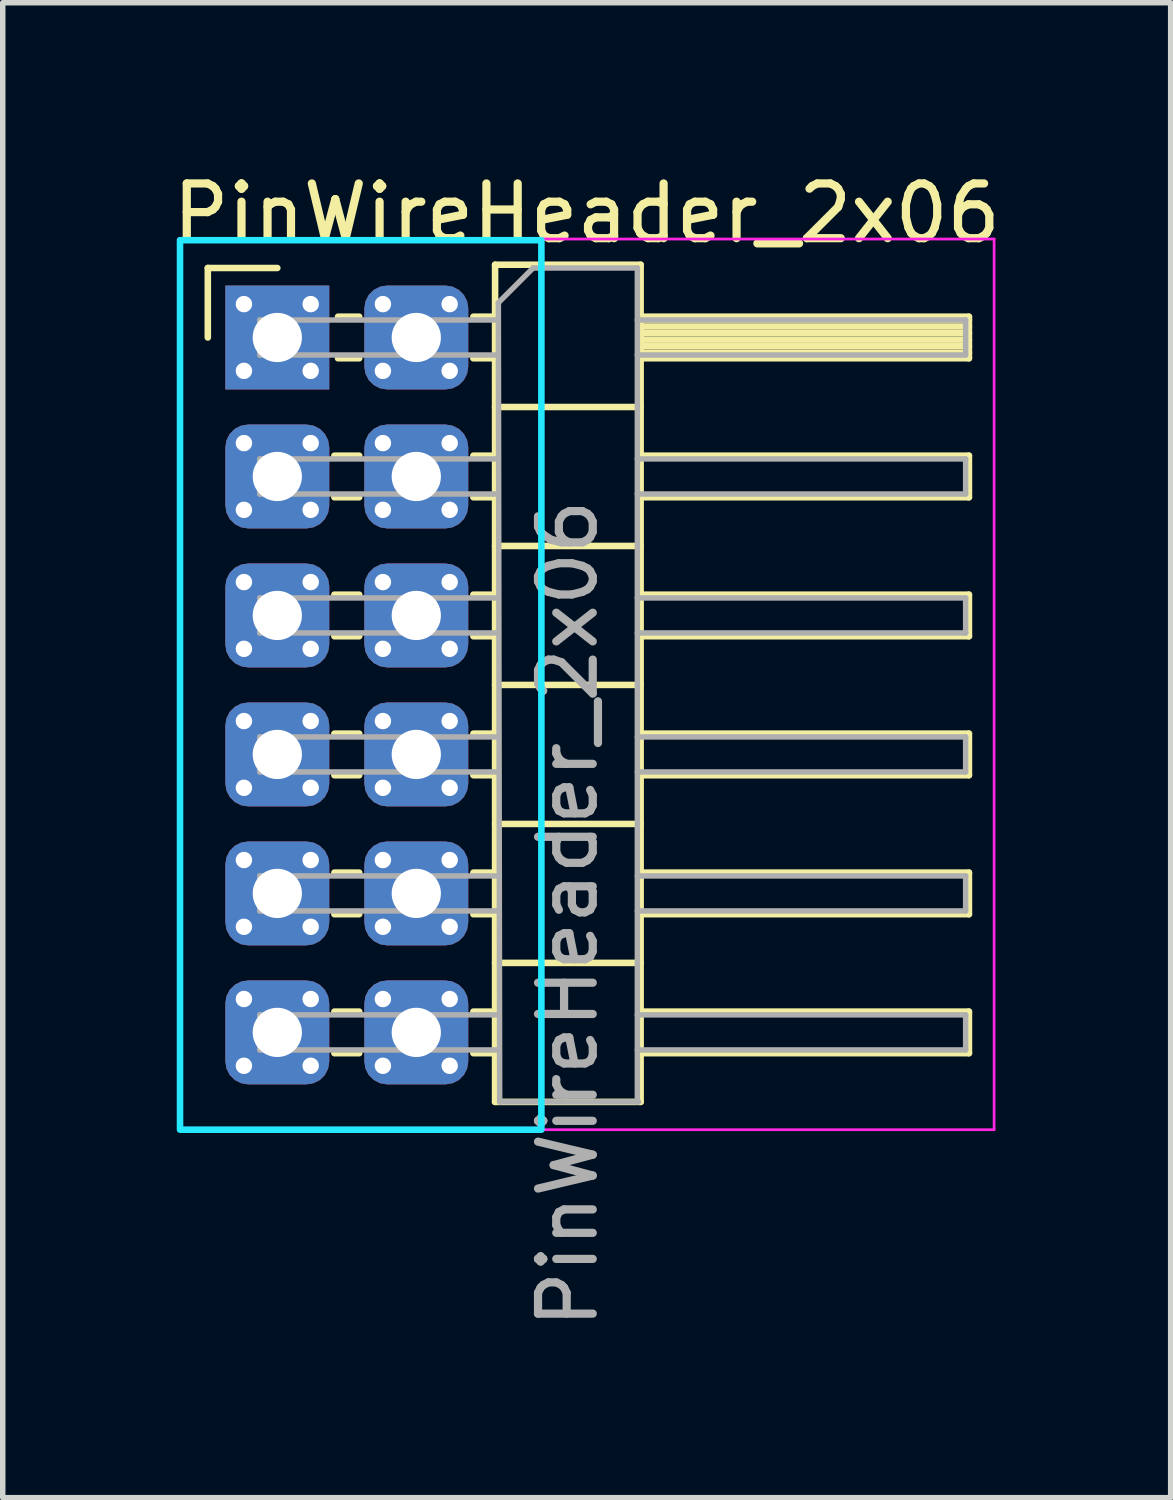
<source format=kicad_pcb>
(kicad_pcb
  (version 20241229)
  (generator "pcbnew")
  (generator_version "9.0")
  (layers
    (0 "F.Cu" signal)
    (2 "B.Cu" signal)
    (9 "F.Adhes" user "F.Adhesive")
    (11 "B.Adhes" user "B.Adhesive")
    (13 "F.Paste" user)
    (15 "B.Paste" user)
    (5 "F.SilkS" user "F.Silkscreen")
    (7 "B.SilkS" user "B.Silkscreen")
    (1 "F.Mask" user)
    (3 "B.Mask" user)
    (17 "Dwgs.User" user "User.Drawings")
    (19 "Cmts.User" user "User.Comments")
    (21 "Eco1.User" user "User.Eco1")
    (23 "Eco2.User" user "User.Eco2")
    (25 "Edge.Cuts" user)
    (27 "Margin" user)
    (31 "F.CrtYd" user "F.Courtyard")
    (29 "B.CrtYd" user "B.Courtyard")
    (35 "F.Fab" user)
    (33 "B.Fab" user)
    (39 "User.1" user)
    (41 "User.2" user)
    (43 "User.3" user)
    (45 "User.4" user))
  (footprint "PinWireHeader_2x06"
    (layer "F.Cu")
    (at 2.018 3.118)
    (property "Reference" "PinWireHeader_2x06" (at 5.655 -2.27 180) (layer "F.SilkS") (effects (font (size 1 1) (thickness 0.15))))
    (attr through_hole)
    (fp_circle (center 0 0) (end 0.457 0) (stroke (width 0.15) (type solid)) (fill yes) (layer "F.Mask"))
    (fp_circle (center 0 2.54) (end 0.457 2.54) (stroke (width 0.15) (type solid)) (fill yes) (layer "F.Mask"))
    (fp_circle (center 0 5.08) (end 0.457 5.08) (stroke (width 0.15) (type solid)) (fill yes) (layer "F.Mask"))
    (fp_circle (center 0 7.62) (end 0.457 7.62) (stroke (width 0.15) (type solid)) (fill yes) (layer "F.Mask"))
    (fp_circle (center 0 10.16) (end 0.457 10.16) (stroke (width 0.15) (type solid)) (fill yes) (layer "F.Mask"))
    (fp_circle (center 0 12.7) (end 0.457 12.7) (stroke (width 0.15) (type solid)) (fill yes) (layer "F.Mask"))
    (fp_circle (center 2.54 0) (end 2.997 0) (stroke (width 0.15) (type solid)) (fill yes) (layer "F.Mask"))
    (fp_circle (center 2.54 2.54) (end 2.997 2.54) (stroke (width 0.15) (type solid)) (fill yes) (layer "F.Mask"))
    (fp_circle (center 2.54 5.08) (end 2.997 5.08) (stroke (width 0.15) (type solid)) (fill yes) (layer "F.Mask"))
    (fp_circle (center 2.54 7.62) (end 2.997 7.62) (stroke (width 0.15) (type solid)) (fill yes) (layer "F.Mask"))
    (fp_circle (center 2.54 10.16) (end 2.997 10.16) (stroke (width 0.15) (type solid)) (fill yes) (layer "F.Mask"))
    (fp_circle (center 2.54 12.7) (end 2.997 12.7) (stroke (width 0.15) (type solid)) (fill yes) (layer "F.Mask"))
    (fp_line (start -1.27 -1.27) (end 0 -1.27) (stroke (width 0.12) (type solid)) (layer "F.SilkS"))
    (fp_line (start -1.27 0) (end -1.27 -1.27) (stroke (width 0.12) (type solid)) (layer "F.SilkS"))
    (fp_line (start 1.043 2.16) (end 1.497 2.16) (stroke (width 0.12) (type solid)) (layer "F.SilkS"))
    (fp_line (start 1.043 2.92) (end 1.497 2.92) (stroke (width 0.12) (type solid)) (layer "F.SilkS"))
    (fp_line (start 1.043 4.7) (end 1.497 4.7) (stroke (width 0.12) (type solid)) (layer "F.SilkS"))
    (fp_line (start 1.043 5.46) (end 1.497 5.46) (stroke (width 0.12) (type solid)) (layer "F.SilkS"))
    (fp_line (start 1.043 7.24) (end 1.497 7.24) (stroke (width 0.12) (type solid)) (layer "F.SilkS"))
    (fp_line (start 1.043 8) (end 1.497 8) (stroke (width 0.12) (type solid)) (layer "F.SilkS"))
    (fp_line (start 1.043 9.78) (end 1.497 9.78) (stroke (width 0.12) (type solid)) (layer "F.SilkS"))
    (fp_line (start 1.043 10.54) (end 1.497 10.54) (stroke (width 0.12) (type solid)) (layer "F.SilkS"))
    (fp_line (start 1.043 12.32) (end 1.497 12.32) (stroke (width 0.12) (type solid)) (layer "F.SilkS"))
    (fp_line (start 1.043 13.08) (end 1.497 13.08) (stroke (width 0.12) (type solid)) (layer "F.SilkS"))
    (fp_line (start 1.11 -0.38) (end 1.497 -0.38) (stroke (width 0.12) (type solid)) (layer "F.SilkS"))
    (fp_line (start 1.11 0.38) (end 1.497 0.38) (stroke (width 0.12) (type solid)) (layer "F.SilkS"))
    (fp_line (start 3.583 -0.38) (end 3.98 -0.38) (stroke (width 0.12) (type solid)) (layer "F.SilkS"))
    (fp_line (start 3.583 0.38) (end 3.98 0.38) (stroke (width 0.12) (type solid)) (layer "F.SilkS"))
    (fp_line (start 3.583 2.16) (end 3.98 2.16) (stroke (width 0.12) (type solid)) (layer "F.SilkS"))
    (fp_line (start 3.583 2.92) (end 3.98 2.92) (stroke (width 0.12) (type solid)) (layer "F.SilkS"))
    (fp_line (start 3.583 4.7) (end 3.98 4.7) (stroke (width 0.12) (type solid)) (layer "F.SilkS"))
    (fp_line (start 3.583 5.46) (end 3.98 5.46) (stroke (width 0.12) (type solid)) (layer "F.SilkS"))
    (fp_line (start 3.583 7.24) (end 3.98 7.24) (stroke (width 0.12) (type solid)) (layer "F.SilkS"))
    (fp_line (start 3.583 8) (end 3.98 8) (stroke (width 0.12) (type solid)) (layer "F.SilkS"))
    (fp_line (start 3.583 9.78) (end 3.98 9.78) (stroke (width 0.12) (type solid)) (layer "F.SilkS"))
    (fp_line (start 3.583 10.54) (end 3.98 10.54) (stroke (width 0.12) (type solid)) (layer "F.SilkS"))
    (fp_line (start 3.583 12.32) (end 3.98 12.32) (stroke (width 0.12) (type solid)) (layer "F.SilkS"))
    (fp_line (start 3.583 13.08) (end 3.98 13.08) (stroke (width 0.12) (type solid)) (layer "F.SilkS"))
    (fp_line (start 3.98 -1.33) (end 3.98 13.97) (stroke (width 0.12) (type solid)) (layer "F.SilkS"))
    (fp_line (start 3.98 1.27) (end 6.64 1.27) (stroke (width 0.12) (type solid)) (layer "F.SilkS"))
    (fp_line (start 3.98 3.81) (end 6.64 3.81) (stroke (width 0.12) (type solid)) (layer "F.SilkS"))
    (fp_line (start 3.98 6.35) (end 6.64 6.35) (stroke (width 0.12) (type solid)) (layer "F.SilkS"))
    (fp_line (start 3.98 8.89) (end 6.64 8.89) (stroke (width 0.12) (type solid)) (layer "F.SilkS"))
    (fp_line (start 3.98 11.43) (end 6.64 11.43) (stroke (width 0.12) (type solid)) (layer "F.SilkS"))
    (fp_line (start 3.98 13.97) (end 6.64 13.97) (stroke (width 0.12) (type solid)) (layer "F.SilkS"))
    (fp_line (start 6.64 -1.33) (end 3.98 -1.33) (stroke (width 0.12) (type solid)) (layer "F.SilkS"))
    (fp_line (start 6.64 -0.38) (end 12.64 -0.38) (stroke (width 0.12) (type solid)) (layer "F.SilkS"))
    (fp_line (start 6.64 -0.32) (end 12.64 -0.32) (stroke (width 0.12) (type solid)) (layer "F.SilkS"))
    (fp_line (start 6.64 -0.2) (end 12.64 -0.2) (stroke (width 0.12) (type solid)) (layer "F.SilkS"))
    (fp_line (start 6.64 -0.08) (end 12.64 -0.08) (stroke (width 0.12) (type solid)) (layer "F.SilkS"))
    (fp_line (start 6.64 0.04) (end 12.64 0.04) (stroke (width 0.12) (type solid)) (layer "F.SilkS"))
    (fp_line (start 6.64 0.16) (end 12.64 0.16) (stroke (width 0.12) (type solid)) (layer "F.SilkS"))
    (fp_line (start 6.64 0.28) (end 12.64 0.28) (stroke (width 0.12) (type solid)) (layer "F.SilkS"))
    (fp_line (start 6.64 2.16) (end 12.64 2.16) (stroke (width 0.12) (type solid)) (layer "F.SilkS"))
    (fp_line (start 6.64 4.7) (end 12.64 4.7) (stroke (width 0.12) (type solid)) (layer "F.SilkS"))
    (fp_line (start 6.64 7.24) (end 12.64 7.24) (stroke (width 0.12) (type solid)) (layer "F.SilkS"))
    (fp_line (start 6.64 9.78) (end 12.64 9.78) (stroke (width 0.12) (type solid)) (layer "F.SilkS"))
    (fp_line (start 6.64 12.32) (end 12.64 12.32) (stroke (width 0.12) (type solid)) (layer "F.SilkS"))
    (fp_line (start 6.64 13.97) (end 6.64 -1.33) (stroke (width 0.12) (type solid)) (layer "F.SilkS"))
    (fp_line (start 12.64 -0.38) (end 12.64 0.38) (stroke (width 0.12) (type solid)) (layer "F.SilkS"))
    (fp_line (start 12.64 0.38) (end 6.64 0.38) (stroke (width 0.12) (type solid)) (layer "F.SilkS"))
    (fp_line (start 12.64 2.16) (end 12.64 2.92) (stroke (width 0.12) (type solid)) (layer "F.SilkS"))
    (fp_line (start 12.64 2.92) (end 6.64 2.92) (stroke (width 0.12) (type solid)) (layer "F.SilkS"))
    (fp_line (start 12.64 4.7) (end 12.64 5.46) (stroke (width 0.12) (type solid)) (layer "F.SilkS"))
    (fp_line (start 12.64 5.46) (end 6.64 5.46) (stroke (width 0.12) (type solid)) (layer "F.SilkS"))
    (fp_line (start 12.64 7.24) (end 12.64 8) (stroke (width 0.12) (type solid)) (layer "F.SilkS"))
    (fp_line (start 12.64 8) (end 6.64 8) (stroke (width 0.12) (type solid)) (layer "F.SilkS"))
    (fp_line (start 12.64 9.78) (end 12.64 10.54) (stroke (width 0.12) (type solid)) (layer "F.SilkS"))
    (fp_line (start 12.64 10.54) (end 6.64 10.54) (stroke (width 0.12) (type solid)) (layer "F.SilkS"))
    (fp_line (start 12.64 12.32) (end 12.64 13.08) (stroke (width 0.12) (type solid)) (layer "F.SilkS"))
    (fp_line (start 12.64 13.08) (end 6.64 13.08) (stroke (width 0.12) (type solid)) (layer "F.SilkS"))
    (fp_rect (start -1.778 -1.778) (end 4.826 14.478) (stroke (width 0.12) (type solid)) (fill no) (layer "B.CrtYd"))
    (fp_line (start -1.8 -1.8) (end -1.8 14.478) (stroke (width 0.05) (type solid)) (layer "F.CrtYd"))
    (fp_line (start -1.8 14.478) (end 13.1 14.478) (stroke (width 0.05) (type solid)) (layer "F.CrtYd"))
    (fp_line (start 13.1 -1.8) (end -1.8 -1.8) (stroke (width 0.05) (type solid)) (layer "F.CrtYd"))
    (fp_line (start 13.1 14.478) (end 13.1 -1.8) (stroke (width 0.05) (type solid)) (layer "F.CrtYd"))
    (fp_line (start -0.32 -0.32) (end -0.32 0.32) (stroke (width 0.1) (type solid)) (layer "F.Fab"))
    (fp_line (start -0.32 -0.32) (end 4.04 -0.32) (stroke (width 0.1) (type solid)) (layer "F.Fab"))
    (fp_line (start -0.32 0.32) (end 4.04 0.32) (stroke (width 0.1) (type solid)) (layer "F.Fab"))
    (fp_line (start -0.32 2.22) (end -0.32 2.86) (stroke (width 0.1) (type solid)) (layer "F.Fab"))
    (fp_line (start -0.32 2.22) (end 4.04 2.22) (stroke (width 0.1) (type solid)) (layer "F.Fab"))
    (fp_line (start -0.32 2.86) (end 4.04 2.86) (stroke (width 0.1) (type solid)) (layer "F.Fab"))
    (fp_line (start -0.32 4.76) (end -0.32 5.4) (stroke (width 0.1) (type solid)) (layer "F.Fab"))
    (fp_line (start -0.32 4.76) (end 4.04 4.76) (stroke (width 0.1) (type solid)) (layer "F.Fab"))
    (fp_line (start -0.32 5.4) (end 4.04 5.4) (stroke (width 0.1) (type solid)) (layer "F.Fab"))
    (fp_line (start -0.32 7.3) (end -0.32 7.94) (stroke (width 0.1) (type solid)) (layer "F.Fab"))
    (fp_line (start -0.32 7.3) (end 4.04 7.3) (stroke (width 0.1) (type solid)) (layer "F.Fab"))
    (fp_line (start -0.32 7.94) (end 4.04 7.94) (stroke (width 0.1) (type solid)) (layer "F.Fab"))
    (fp_line (start -0.32 9.84) (end -0.32 10.48) (stroke (width 0.1) (type solid)) (layer "F.Fab"))
    (fp_line (start -0.32 9.84) (end 4.04 9.84) (stroke (width 0.1) (type solid)) (layer "F.Fab"))
    (fp_line (start -0.32 10.48) (end 4.04 10.48) (stroke (width 0.1) (type solid)) (layer "F.Fab"))
    (fp_line (start -0.32 12.38) (end -0.32 13.02) (stroke (width 0.1) (type solid)) (layer "F.Fab"))
    (fp_line (start -0.32 12.38) (end 4.04 12.38) (stroke (width 0.1) (type solid)) (layer "F.Fab"))
    (fp_line (start -0.32 13.02) (end 4.04 13.02) (stroke (width 0.1) (type solid)) (layer "F.Fab"))
    (fp_line (start 4.04 -0.635) (end 4.675 -1.27) (stroke (width 0.1) (type solid)) (layer "F.Fab"))
    (fp_line (start 4.064 13.97) (end 4.04 -0.635) (stroke (width 0.1) (type solid)) (layer "F.Fab"))
    (fp_line (start 4.675 -1.27) (end 6.58 -1.27) (stroke (width 0.1) (type solid)) (layer "F.Fab"))
    (fp_line (start 6.58 -1.27) (end 6.58 13.97) (stroke (width 0.1) (type solid)) (layer "F.Fab"))
    (fp_line (start 6.58 -0.32) (end 12.58 -0.32) (stroke (width 0.1) (type solid)) (layer "F.Fab"))
    (fp_line (start 6.58 0.32) (end 12.58 0.32) (stroke (width 0.1) (type solid)) (layer "F.Fab"))
    (fp_line (start 6.58 2.22) (end 12.58 2.22) (stroke (width 0.1) (type solid)) (layer "F.Fab"))
    (fp_line (start 6.58 2.86) (end 12.58 2.86) (stroke (width 0.1) (type solid)) (layer "F.Fab"))
    (fp_line (start 6.58 4.76) (end 12.58 4.76) (stroke (width 0.1) (type solid)) (layer "F.Fab"))
    (fp_line (start 6.58 5.4) (end 12.58 5.4) (stroke (width 0.1) (type solid)) (layer "F.Fab"))
    (fp_line (start 6.58 7.3) (end 12.58 7.3) (stroke (width 0.1) (type solid)) (layer "F.Fab"))
    (fp_line (start 6.58 7.94) (end 12.58 7.94) (stroke (width 0.1) (type solid)) (layer "F.Fab"))
    (fp_line (start 6.58 9.84) (end 12.58 9.84) (stroke (width 0.1) (type solid)) (layer "F.Fab"))
    (fp_line (start 6.58 10.48) (end 12.58 10.48) (stroke (width 0.1) (type solid)) (layer "F.Fab"))
    (fp_line (start 6.58 12.38) (end 12.58 12.38) (stroke (width 0.1) (type solid)) (layer "F.Fab"))
    (fp_line (start 6.58 13.02) (end 12.58 13.02) (stroke (width 0.1) (type solid)) (layer "F.Fab"))
    (fp_line (start 6.604 13.97) (end 4.064 13.97) (stroke (width 0.1) (type solid)) (layer "F.Fab"))
    (fp_line (start 12.58 -0.32) (end 12.58 0.32) (stroke (width 0.1) (type solid)) (layer "F.Fab"))
    (fp_line (start 12.58 2.22) (end 12.58 2.86) (stroke (width 0.1) (type solid)) (layer "F.Fab"))
    (fp_line (start 12.58 4.76) (end 12.58 5.4) (stroke (width 0.1) (type solid)) (layer "F.Fab"))
    (fp_line (start 12.58 7.3) (end 12.58 7.94) (stroke (width 0.1) (type solid)) (layer "F.Fab"))
    (fp_line (start 12.58 9.84) (end 12.58 10.48) (stroke (width 0.1) (type solid)) (layer "F.Fab"))
    (fp_line (start 12.58 12.38) (end 12.58 13.02) (stroke (width 0.1) (type solid)) (layer "F.Fab"))
    (fp_text user "${REFERENCE}" (at 5.31 10.53 270) (layer "F.Fab") (effects (font (size 1 1) (thickness 0.15))))
    (pad "1" thru_hole circle (at -0.61 -0.61) (size 0.35 0.35) (drill 0.3) (layers "*.Cu" "*.Mask"))
    (pad "1" thru_hole circle (at -0.61 0.61) (size 0.35 0.35) (drill 0.3) (layers "*.Cu" "*.Mask"))
    (pad "1" thru_hole rect (at 0 0) (size 1.9 1.9) (drill 0.9) (layers "*.Cu" "B.Mask"))
    (pad "1" thru_hole circle (at 0.61 -0.61) (size 0.35 0.35) (drill 0.3) (layers "*.Cu" "*.Mask"))
    (pad "1" thru_hole circle (at 0.61 0.61) (size 0.35 0.35) (drill 0.3) (layers "*.Cu" "*.Mask"))
    (pad "2" thru_hole circle (at 1.93 -0.61) (size 0.35 0.35) (drill 0.3) (layers "*.Cu" "*.Mask"))
    (pad "2" thru_hole circle (at 1.93 0.61) (size 0.35 0.35) (drill 0.3) (layers "*.Cu" "*.Mask"))
    (pad "2" thru_hole roundrect (at 2.54 0) (size 1.9 1.9) (drill 0.9) (layers "*.Cu" "B.Mask") (roundrect_rratio 0.22))
    (pad "2" thru_hole circle (at 3.15 -0.61) (size 0.35 0.35) (drill 0.3) (layers "*.Cu" "*.Mask"))
    (pad "2" thru_hole circle (at 3.15 0.61) (size 0.35 0.35) (drill 0.3) (layers "*.Cu" "*.Mask"))
    (pad "3" thru_hole circle (at -0.61 1.93) (size 0.35 0.35) (drill 0.3) (layers "*.Cu" "*.Mask"))
    (pad "3" thru_hole circle (at -0.61 3.15) (size 0.35 0.35) (drill 0.3) (layers "*.Cu" "*.Mask"))
    (pad "3" thru_hole roundrect (at 0 2.54) (size 1.9 1.9) (drill 0.9) (layers "*.Cu" "B.Mask") (roundrect_rratio 0.22))
    (pad "3" thru_hole circle (at 0.61 1.93) (size 0.35 0.35) (drill 0.3) (layers "*.Cu" "*.Mask"))
    (pad "3" thru_hole circle (at 0.61 3.15) (size 0.35 0.35) (drill 0.3) (layers "*.Cu" "*.Mask"))
    (pad "4" thru_hole circle (at 1.93 1.93) (size 0.35 0.35) (drill 0.3) (layers "*.Cu" "*.Mask"))
    (pad "4" thru_hole circle (at 1.93 3.15) (size 0.35 0.35) (drill 0.3) (layers "*.Cu" "*.Mask"))
    (pad "4" thru_hole roundrect (at 2.54 2.54) (size 1.9 1.9) (drill 0.9) (layers "*.Cu" "B.Mask") (roundrect_rratio 0.22))
    (pad "4" thru_hole circle (at 3.15 1.93) (size 0.35 0.35) (drill 0.3) (layers "*.Cu" "*.Mask"))
    (pad "4" thru_hole circle (at 3.15 3.15) (size 0.35 0.35) (drill 0.3) (layers "*.Cu" "*.Mask"))
    (pad "5" thru_hole circle (at -0.61 4.47) (size 0.35 0.35) (drill 0.3) (layers "*.Cu" "*.Mask"))
    (pad "5" thru_hole circle (at -0.61 5.69) (size 0.35 0.35) (drill 0.3) (layers "*.Cu" "*.Mask"))
    (pad "5" thru_hole roundrect (at 0 5.08) (size 1.9 1.9) (drill 0.9) (layers "*.Cu" "B.Mask") (roundrect_rratio 0.22))
    (pad "5" thru_hole circle (at 0.61 4.47) (size 0.35 0.35) (drill 0.3) (layers "*.Cu" "*.Mask"))
    (pad "5" thru_hole circle (at 0.61 5.69) (size 0.35 0.35) (drill 0.3) (layers "*.Cu" "*.Mask"))
    (pad "6" thru_hole circle (at 1.93 4.47) (size 0.35 0.35) (drill 0.3) (layers "*.Cu" "*.Mask"))
    (pad "6" thru_hole circle (at 1.93 5.69) (size 0.35 0.35) (drill 0.3) (layers "*.Cu" "*.Mask"))
    (pad "6" thru_hole roundrect (at 2.54 5.08) (size 1.9 1.9) (drill 0.9) (layers "*.Cu" "B.Mask") (roundrect_rratio 0.22))
    (pad "6" thru_hole circle (at 3.15 4.47) (size 0.35 0.35) (drill 0.3) (layers "*.Cu" "*.Mask"))
    (pad "6" thru_hole circle (at 3.15 5.69) (size 0.35 0.35) (drill 0.3) (layers "*.Cu" "*.Mask"))
    (pad "7" thru_hole circle (at -0.61 7.01) (size 0.35 0.35) (drill 0.3) (layers "*.Cu" "*.Mask"))
    (pad "7" thru_hole circle (at -0.61 8.23) (size 0.35 0.35) (drill 0.3) (layers "*.Cu" "*.Mask"))
    (pad "7" thru_hole roundrect (at 0 7.62) (size 1.9 1.9) (drill 0.9) (layers "*.Cu" "B.Mask") (roundrect_rratio 0.22))
    (pad "7" thru_hole circle (at 0.61 7.01) (size 0.35 0.35) (drill 0.3) (layers "*.Cu" "*.Mask"))
    (pad "7" thru_hole circle (at 0.61 8.23) (size 0.35 0.35) (drill 0.3) (layers "*.Cu" "*.Mask"))
    (pad "8" thru_hole circle (at 1.93 7.01) (size 0.35 0.35) (drill 0.3) (layers "*.Cu" "*.Mask"))
    (pad "8" thru_hole circle (at 1.93 8.23) (size 0.35 0.35) (drill 0.3) (layers "*.Cu" "*.Mask"))
    (pad "8" thru_hole roundrect (at 2.54 7.62) (size 1.9 1.9) (drill 0.9) (layers "*.Cu" "B.Mask") (roundrect_rratio 0.22))
    (pad "8" thru_hole circle (at 3.15 7.01) (size 0.35 0.35) (drill 0.3) (layers "*.Cu" "*.Mask"))
    (pad "8" thru_hole circle (at 3.15 8.23) (size 0.35 0.35) (drill 0.3) (layers "*.Cu" "*.Mask"))
    (pad "9" thru_hole circle (at -0.61 9.55) (size 0.35 0.35) (drill 0.3) (layers "*.Cu" "*.Mask"))
    (pad "9" thru_hole circle (at -0.61 10.77) (size 0.35 0.35) (drill 0.3) (layers "*.Cu" "*.Mask"))
    (pad "9" thru_hole roundrect (at 0 10.16) (size 1.9 1.9) (drill 0.9) (layers "*.Cu" "B.Mask") (roundrect_rratio 0.22))
    (pad "9" thru_hole circle (at 0.61 9.55) (size 0.35 0.35) (drill 0.3) (layers "*.Cu" "*.Mask"))
    (pad "9" thru_hole circle (at 0.61 10.77) (size 0.35 0.35) (drill 0.3) (layers "*.Cu" "*.Mask"))
    (pad "10" thru_hole circle (at 1.93 9.55) (size 0.35 0.35) (drill 0.3) (layers "*.Cu" "*.Mask"))
    (pad "10" thru_hole circle (at 1.93 10.77) (size 0.35 0.35) (drill 0.3) (layers "*.Cu" "*.Mask"))
    (pad "10" thru_hole roundrect (at 2.54 10.16) (size 1.9 1.9) (drill 0.9) (layers "*.Cu" "B.Mask") (roundrect_rratio 0.22))
    (pad "10" thru_hole circle (at 3.15 9.55) (size 0.35 0.35) (drill 0.3) (layers "*.Cu" "*.Mask"))
    (pad "10" thru_hole circle (at 3.15 10.77) (size 0.35 0.35) (drill 0.3) (layers "*.Cu" "*.Mask"))
    (pad "11" thru_hole circle (at -0.61 12.09) (size 0.35 0.35) (drill 0.3) (layers "*.Cu" "*.Mask"))
    (pad "11" thru_hole circle (at -0.61 13.31) (size 0.35 0.35) (drill 0.3) (layers "*.Cu" "*.Mask"))
    (pad "11" thru_hole roundrect (at 0 12.7) (size 1.9 1.9) (drill 0.9) (layers "*.Cu" "B.Mask") (roundrect_rratio 0.22))
    (pad "11" thru_hole circle (at 0.61 12.09) (size 0.35 0.35) (drill 0.3) (layers "*.Cu" "*.Mask"))
    (pad "11" thru_hole circle (at 0.61 13.31) (size 0.35 0.35) (drill 0.3) (layers "*.Cu" "*.Mask"))
    (pad "12" thru_hole circle (at 1.93 12.09) (size 0.35 0.35) (drill 0.3) (layers "*.Cu" "*.Mask"))
    (pad "12" thru_hole circle (at 1.93 13.31) (size 0.35 0.35) (drill 0.3) (layers "*.Cu" "*.Mask"))
    (pad "12" thru_hole roundrect (at 2.54 12.7) (size 1.9 1.9) (drill 0.9) (layers "*.Cu" "B.Mask") (roundrect_rratio 0.22))
    (pad "12" thru_hole circle (at 3.15 12.09) (size 0.35 0.35) (drill 0.3) (layers "*.Cu" "*.Mask"))
    (pad "12" thru_hole circle (at 3.15 13.31) (size 0.35 0.35) (drill 0.3) (layers "*.Cu" "*.Mask")))
  (gr_rect
    (start -3 -3)
    (end 18.345 24.321)
    (stroke (width 0.1) (type default))
    (fill no)
    (layer "Edge.Cuts")))
</source>
